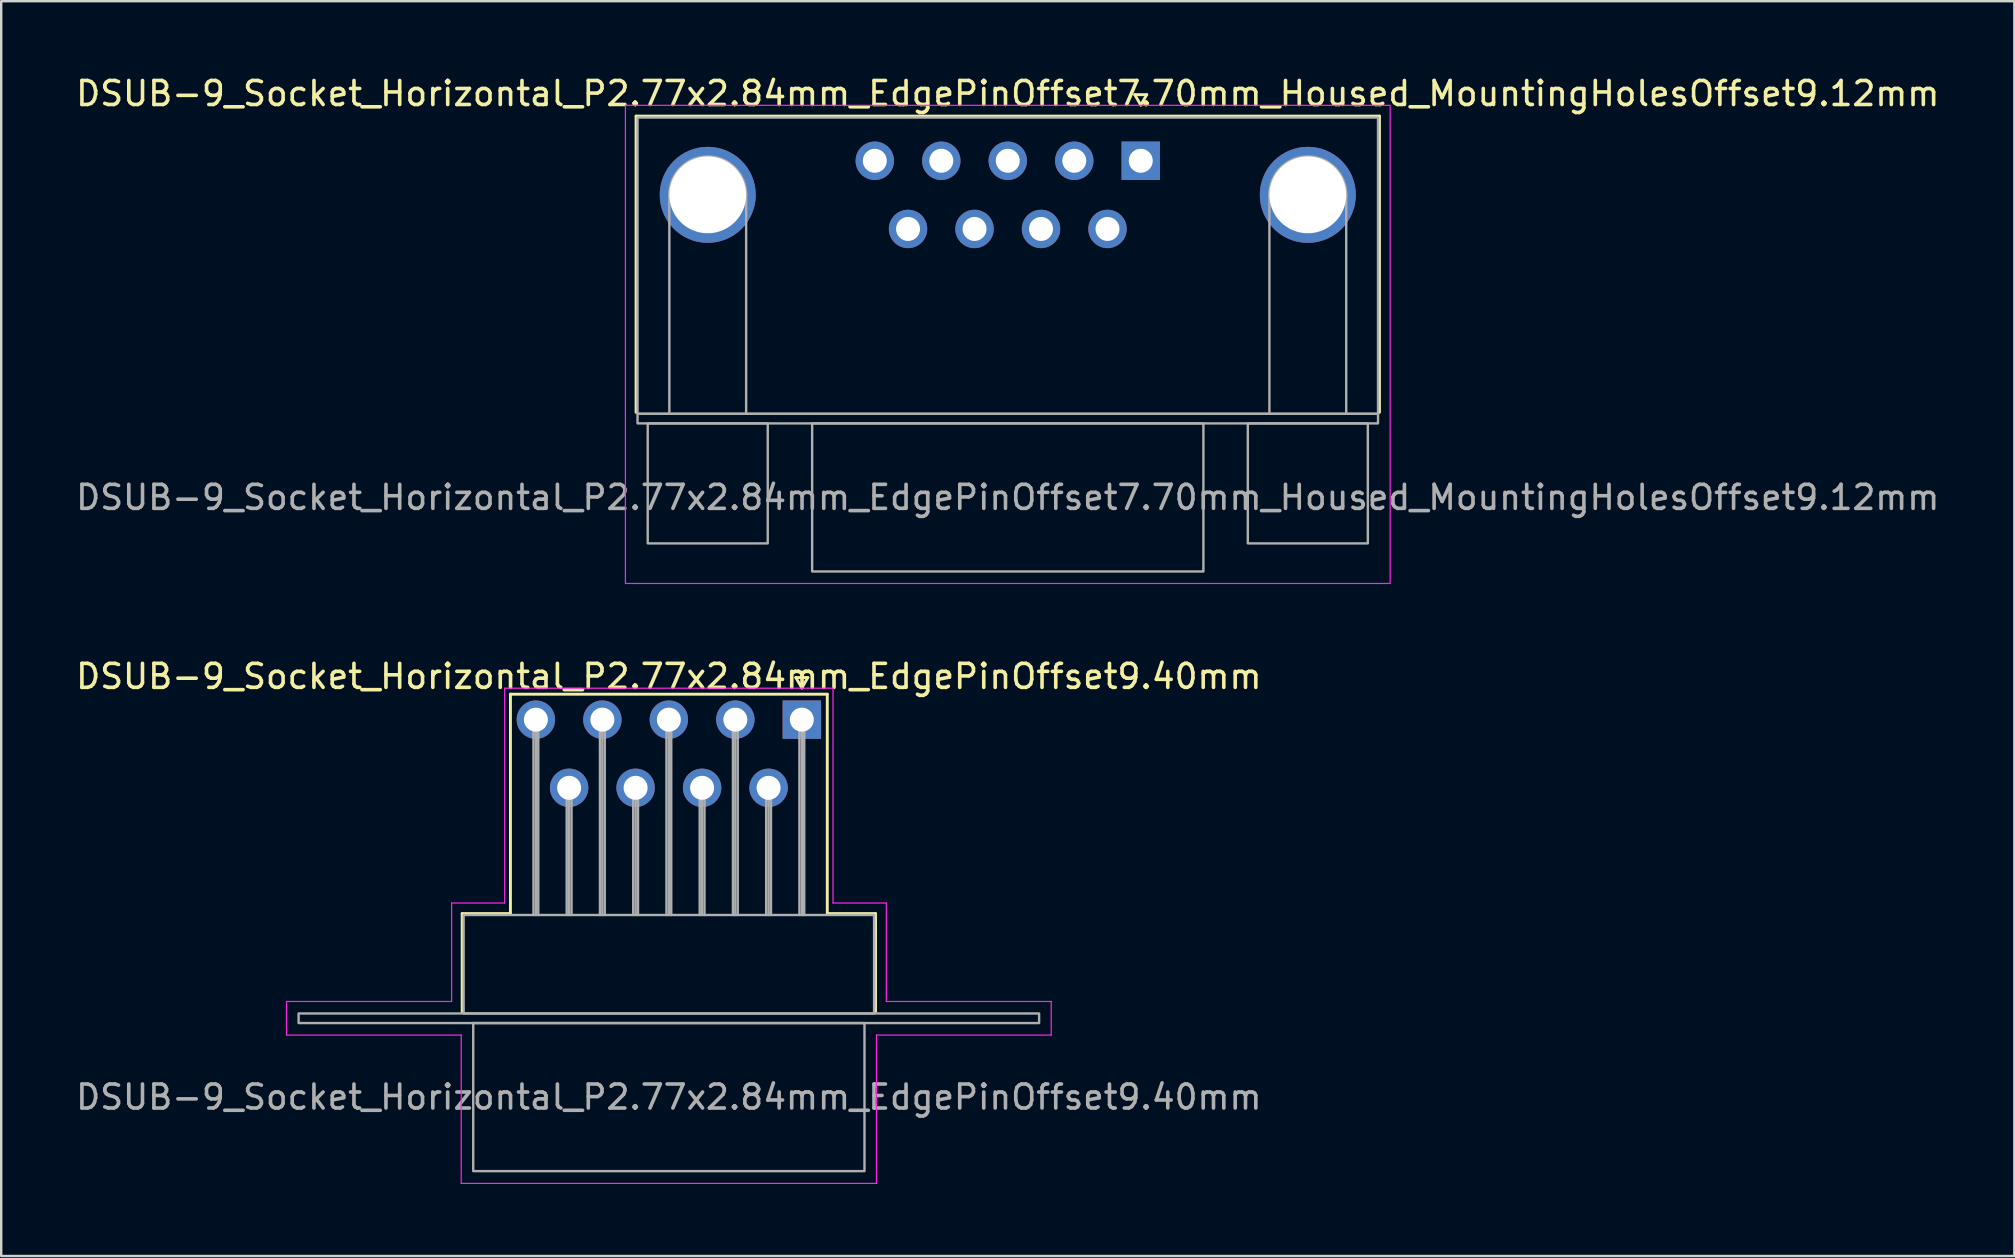
<source format=kicad_pcb>
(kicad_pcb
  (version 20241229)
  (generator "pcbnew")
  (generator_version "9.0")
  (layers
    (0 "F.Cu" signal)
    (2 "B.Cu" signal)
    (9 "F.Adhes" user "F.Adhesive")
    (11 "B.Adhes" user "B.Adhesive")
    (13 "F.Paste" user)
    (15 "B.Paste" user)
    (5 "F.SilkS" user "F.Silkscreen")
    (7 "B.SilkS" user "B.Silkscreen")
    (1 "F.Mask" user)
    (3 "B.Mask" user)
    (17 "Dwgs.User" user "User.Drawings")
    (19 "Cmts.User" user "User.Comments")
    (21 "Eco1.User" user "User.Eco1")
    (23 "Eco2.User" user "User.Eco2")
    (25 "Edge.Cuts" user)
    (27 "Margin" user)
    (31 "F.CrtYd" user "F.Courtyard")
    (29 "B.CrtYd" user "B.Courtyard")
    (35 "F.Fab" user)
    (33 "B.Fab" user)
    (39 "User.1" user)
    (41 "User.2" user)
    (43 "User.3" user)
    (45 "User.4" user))
  (footprint "DSUB-9_Socket_Horizontal_P2.77x2.84mm_EdgePinOffset7.70mm_Housed_MountingHolesOffset9.12mm"
    (layer "F.Cu")
    (at 44.475 3.648)
    (property "Reference" "DSUB-9_Socket_Horizontal_P2.77x2.84mm_EdgePinOffset7.70mm_Housed_MountingHolesOffset9.12mm" (at -5.54 -2.8 0) (layer "F.SilkS") (effects (font (size 1 1) (thickness 0.15))))
    (attr through_hole)
    (fp_line (start -21.025 -1.86) (end 9.945 -1.86) (stroke (width 0.12) (type solid)) (layer "F.SilkS"))
    (fp_line (start -21.025 10.48) (end -21.025 -1.86) (stroke (width 0.12) (type solid)) (layer "F.SilkS"))
    (fp_line (start -0.25 -2.754) (end 0.25 -2.754) (stroke (width 0.12) (type solid)) (layer "F.SilkS"))
    (fp_line (start 0 -2.321) (end -0.25 -2.754) (stroke (width 0.12) (type solid)) (layer "F.SilkS"))
    (fp_line (start 0.25 -2.754) (end 0 -2.321) (stroke (width 0.12) (type solid)) (layer "F.SilkS"))
    (fp_line (start 9.945 -1.86) (end 9.945 10.48) (stroke (width 0.12) (type solid)) (layer "F.SilkS"))
    (fp_rect (start -21.47 -2.31) (end 10.39 17.61) (stroke (width 0.05) (type solid)) (fill no) (layer "F.CrtYd"))
    (fp_line (start -19.64 10.54) (end -19.64 1.42) (stroke (width 0.1) (type solid)) (layer "F.Fab"))
    (fp_line (start -16.44 10.54) (end -16.44 1.42) (stroke (width 0.1) (type solid)) (layer "F.Fab"))
    (fp_line (start 5.36 10.54) (end 5.36 1.42) (stroke (width 0.1) (type solid)) (layer "F.Fab"))
    (fp_line (start 8.56 10.54) (end 8.56 1.42) (stroke (width 0.1) (type solid)) (layer "F.Fab"))
    (fp_rect (start -20.965 -1.8) (end 9.885 10.54) (stroke (width 0.1) (type solid)) (fill no) (layer "F.Fab"))
    (fp_rect (start -20.965 10.54) (end 9.885 10.94) (stroke (width 0.1) (type solid)) (fill no) (layer "F.Fab"))
    (fp_rect (start -20.54 10.94) (end -15.54 15.94) (stroke (width 0.1) (type solid)) (fill no) (layer "F.Fab"))
    (fp_rect (start -13.69 10.94) (end 2.61 17.11) (stroke (width 0.1) (type solid)) (fill no) (layer "F.Fab"))
    (fp_rect (start 4.46 10.94) (end 9.46 15.94) (stroke (width 0.1) (type solid)) (fill no) (layer "F.Fab"))
    (fp_arc (start -19.64 1.42) (mid -18.04 -0.18) (end -16.44 1.42) (stroke (width 0.1) (type solid)) (layer "F.Fab"))
    (fp_arc (start 5.36 1.42) (mid 6.96 -0.18) (end 8.56 1.42) (stroke (width 0.1) (type solid)) (layer "F.Fab"))
    (fp_text user "${REFERENCE}" (at -5.54 14.025 0) (layer "F.Fab") (effects (font (size 1 1) (thickness 0.15))))
    (pad "1" thru_hole rect (at 0 0) (size 1.6 1.6) (drill 1) (layers "*.Cu" "*.Mask"))
    (pad "2" thru_hole circle (at -2.77 0) (size 1.6 1.6) (drill 1) (layers "*.Cu" "*.Mask"))
    (pad "3" thru_hole circle (at -5.54 0) (size 1.6 1.6) (drill 1) (layers "*.Cu" "*.Mask"))
    (pad "4" thru_hole circle (at -8.31 0) (size 1.6 1.6) (drill 1) (layers "*.Cu" "*.Mask"))
    (pad "5" thru_hole circle (at -11.08 0) (size 1.6 1.6) (drill 1) (layers "*.Cu" "*.Mask"))
    (pad "6" thru_hole circle (at -1.385 2.84) (size 1.6 1.6) (drill 1) (layers "*.Cu" "*.Mask"))
    (pad "7" thru_hole circle (at -4.155 2.84) (size 1.6 1.6) (drill 1) (layers "*.Cu" "*.Mask"))
    (pad "8" thru_hole circle (at -6.925 2.84) (size 1.6 1.6) (drill 1) (layers "*.Cu" "*.Mask"))
    (pad "9" thru_hole circle (at -9.695 2.84) (size 1.6 1.6) (drill 1) (layers "*.Cu" "*.Mask"))
    (pad "SH" thru_hole circle (at -18.04 1.42) (size 4 4) (drill 3.2) (layers "*.Cu" "*.Mask"))
    (pad "SH" thru_hole circle (at 6.96 1.42) (size 4 4) (drill 3.2) (layers "*.Cu" "*.Mask")))
  (footprint "DSUB-9_Socket_Horizontal_P2.77x2.84mm_EdgePinOffset9.40mm"
    (layer "F.Cu")
    (at 30.355 26.931)
    (property "Reference" "DSUB-9_Socket_Horizontal_P2.77x2.84mm_EdgePinOffset9.40mm" (at -5.54 -1.8 0) (layer "F.SilkS") (effects (font (size 1 1) (thickness 0.15))))
    (attr through_hole)
    (fp_line (start -14.15 8.08) (end -12.14 8.08) (stroke (width 0.12) (type solid)) (layer "F.SilkS"))
    (fp_line (start -14.15 12.18) (end -14.15 8.08) (stroke (width 0.12) (type solid)) (layer "F.SilkS"))
    (fp_line (start -12.14 -1.06) (end 1.06 -1.06) (stroke (width 0.12) (type solid)) (layer "F.SilkS"))
    (fp_line (start -12.14 8.08) (end -12.14 -1.06) (stroke (width 0.12) (type solid)) (layer "F.SilkS"))
    (fp_line (start -0.25 -1.754) (end 0.25 -1.754) (stroke (width 0.12) (type solid)) (layer "F.SilkS"))
    (fp_line (start 0 -1.321) (end -0.25 -1.754) (stroke (width 0.12) (type solid)) (layer "F.SilkS"))
    (fp_line (start 0.25 -1.754) (end 0 -1.321) (stroke (width 0.12) (type solid)) (layer "F.SilkS"))
    (fp_line (start 1.06 -1.06) (end 1.06 8.08) (stroke (width 0.12) (type solid)) (layer "F.SilkS"))
    (fp_line (start 1.06 8.08) (end 3.07 8.08) (stroke (width 0.12) (type solid)) (layer "F.SilkS"))
    (fp_line (start 3.07 8.08) (end 3.07 12.18) (stroke (width 0.12) (type solid)) (layer "F.SilkS"))
    (fp_line (start -21.47 11.74) (end -14.59 11.74) (stroke (width 0.05) (type solid)) (layer "F.CrtYd"))
    (fp_line (start -21.47 13.14) (end -21.47 11.74) (stroke (width 0.05) (type solid)) (layer "F.CrtYd"))
    (fp_line (start -14.59 7.64) (end -12.38 7.64) (stroke (width 0.05) (type solid)) (layer "F.CrtYd"))
    (fp_line (start -14.59 11.74) (end -14.59 7.64) (stroke (width 0.05) (type solid)) (layer "F.CrtYd"))
    (fp_line (start -14.19 13.14) (end -21.47 13.14) (stroke (width 0.05) (type solid)) (layer "F.CrtYd"))
    (fp_line (start -14.19 19.32) (end -14.19 13.14) (stroke (width 0.05) (type solid)) (layer "F.CrtYd"))
    (fp_line (start -12.38 -1.31) (end 1.3 -1.31) (stroke (width 0.05) (type solid)) (layer "F.CrtYd"))
    (fp_line (start -12.38 7.64) (end -12.38 -1.31) (stroke (width 0.05) (type solid)) (layer "F.CrtYd"))
    (fp_line (start 1.3 -1.31) (end 1.3 7.64) (stroke (width 0.05) (type solid)) (layer "F.CrtYd"))
    (fp_line (start 1.3 7.64) (end 3.52 7.64) (stroke (width 0.05) (type solid)) (layer "F.CrtYd"))
    (fp_line (start 3.11 13.14) (end 3.11 19.32) (stroke (width 0.05) (type solid)) (layer "F.CrtYd"))
    (fp_line (start 3.11 19.32) (end -14.19 19.32) (stroke (width 0.05) (type solid)) (layer "F.CrtYd"))
    (fp_line (start 3.52 7.64) (end 3.52 11.74) (stroke (width 0.05) (type solid)) (layer "F.CrtYd"))
    (fp_line (start 3.52 11.74) (end 10.39 11.74) (stroke (width 0.05) (type solid)) (layer "F.CrtYd"))
    (fp_line (start 10.39 11.74) (end 10.39 13.14) (stroke (width 0.05) (type solid)) (layer "F.CrtYd"))
    (fp_line (start 10.39 13.14) (end 3.11 13.14) (stroke (width 0.05) (type solid)) (layer "F.CrtYd"))
    (fp_line (start -11.18 0) (end -11.18 8.14) (stroke (width 0.1) (type solid)) (layer "F.Fab"))
    (fp_line (start -11.08 0) (end -11.08 8.14) (stroke (width 0.1) (type solid)) (layer "F.Fab"))
    (fp_line (start -10.98 0) (end -10.98 8.14) (stroke (width 0.1) (type solid)) (layer "F.Fab"))
    (fp_line (start -9.795 2.84) (end -9.795 8.14) (stroke (width 0.1) (type solid)) (layer "F.Fab"))
    (fp_line (start -9.695 2.84) (end -9.695 8.14) (stroke (width 0.1) (type solid)) (layer "F.Fab"))
    (fp_line (start -9.595 2.84) (end -9.595 8.14) (stroke (width 0.1) (type solid)) (layer "F.Fab"))
    (fp_line (start -8.41 0) (end -8.41 8.14) (stroke (width 0.1) (type solid)) (layer "F.Fab"))
    (fp_line (start -8.31 0) (end -8.31 8.14) (stroke (width 0.1) (type solid)) (layer "F.Fab"))
    (fp_line (start -8.21 0) (end -8.21 8.14) (stroke (width 0.1) (type solid)) (layer "F.Fab"))
    (fp_line (start -7.025 2.84) (end -7.025 8.14) (stroke (width 0.1) (type solid)) (layer "F.Fab"))
    (fp_line (start -6.925 2.84) (end -6.925 8.14) (stroke (width 0.1) (type solid)) (layer "F.Fab"))
    (fp_line (start -6.825 2.84) (end -6.825 8.14) (stroke (width 0.1) (type solid)) (layer "F.Fab"))
    (fp_line (start -5.64 0) (end -5.64 8.14) (stroke (width 0.1) (type solid)) (layer "F.Fab"))
    (fp_line (start -5.54 0) (end -5.54 8.14) (stroke (width 0.1) (type solid)) (layer "F.Fab"))
    (fp_line (start -5.44 0) (end -5.44 8.14) (stroke (width 0.1) (type solid)) (layer "F.Fab"))
    (fp_line (start -4.255 2.84) (end -4.255 8.14) (stroke (width 0.1) (type solid)) (layer "F.Fab"))
    (fp_line (start -4.155 2.84) (end -4.155 8.14) (stroke (width 0.1) (type solid)) (layer "F.Fab"))
    (fp_line (start -4.055 2.84) (end -4.055 8.14) (stroke (width 0.1) (type solid)) (layer "F.Fab"))
    (fp_line (start -2.87 0) (end -2.87 8.14) (stroke (width 0.1) (type solid)) (layer "F.Fab"))
    (fp_line (start -2.77 0) (end -2.77 8.14) (stroke (width 0.1) (type solid)) (layer "F.Fab"))
    (fp_line (start -2.67 0) (end -2.67 8.14) (stroke (width 0.1) (type solid)) (layer "F.Fab"))
    (fp_line (start -1.485 2.84) (end -1.485 8.14) (stroke (width 0.1) (type solid)) (layer "F.Fab"))
    (fp_line (start -1.385 2.84) (end -1.385 8.14) (stroke (width 0.1) (type solid)) (layer "F.Fab"))
    (fp_line (start -1.285 2.84) (end -1.285 8.14) (stroke (width 0.1) (type solid)) (layer "F.Fab"))
    (fp_line (start -0.1 0) (end -0.1 8.14) (stroke (width 0.1) (type solid)) (layer "F.Fab"))
    (fp_line (start 0 0) (end 0 8.14) (stroke (width 0.1) (type solid)) (layer "F.Fab"))
    (fp_line (start 0.1 0) (end 0.1 8.14) (stroke (width 0.1) (type solid)) (layer "F.Fab"))
    (fp_rect (start -20.965 12.24) (end 9.885 12.64) (stroke (width 0.1) (type solid)) (fill no) (layer "F.Fab"))
    (fp_rect (start -14.09 8.14) (end 3.01 12.24) (stroke (width 0.1) (type solid)) (fill no) (layer "F.Fab"))
    (fp_rect (start -13.69 12.64) (end 2.61 18.81) (stroke (width 0.1) (type solid)) (fill no) (layer "F.Fab"))
    (fp_text user "${REFERENCE}" (at -5.54 15.725 0) (layer "F.Fab") (effects (font (size 1 1) (thickness 0.15))))
    (pad "1" thru_hole rect (at 0 0) (size 1.6 1.6) (drill 1) (layers "*.Cu" "*.Mask"))
    (pad "2" thru_hole circle (at -2.77 0) (size 1.6 1.6) (drill 1) (layers "*.Cu" "*.Mask"))
    (pad "3" thru_hole circle (at -5.54 0) (size 1.6 1.6) (drill 1) (layers "*.Cu" "*.Mask"))
    (pad "4" thru_hole circle (at -8.31 0) (size 1.6 1.6) (drill 1) (layers "*.Cu" "*.Mask"))
    (pad "5" thru_hole circle (at -11.08 0) (size 1.6 1.6) (drill 1) (layers "*.Cu" "*.Mask"))
    (pad "6" thru_hole circle (at -1.385 2.84) (size 1.6 1.6) (drill 1) (layers "*.Cu" "*.Mask"))
    (pad "7" thru_hole circle (at -4.155 2.84) (size 1.6 1.6) (drill 1) (layers "*.Cu" "*.Mask"))
    (pad "8" thru_hole circle (at -6.925 2.84) (size 1.6 1.6) (drill 1) (layers "*.Cu" "*.Mask"))
    (pad "9" thru_hole circle (at -9.695 2.84) (size 1.6 1.6) (drill 1) (layers "*.Cu" "*.Mask")))
  (gr_rect
    (start -3 -3)
    (end 80.869 49.276)
    (stroke (width 0.1) (type default))
    (fill no)
    (layer "Edge.Cuts")))
</source>
